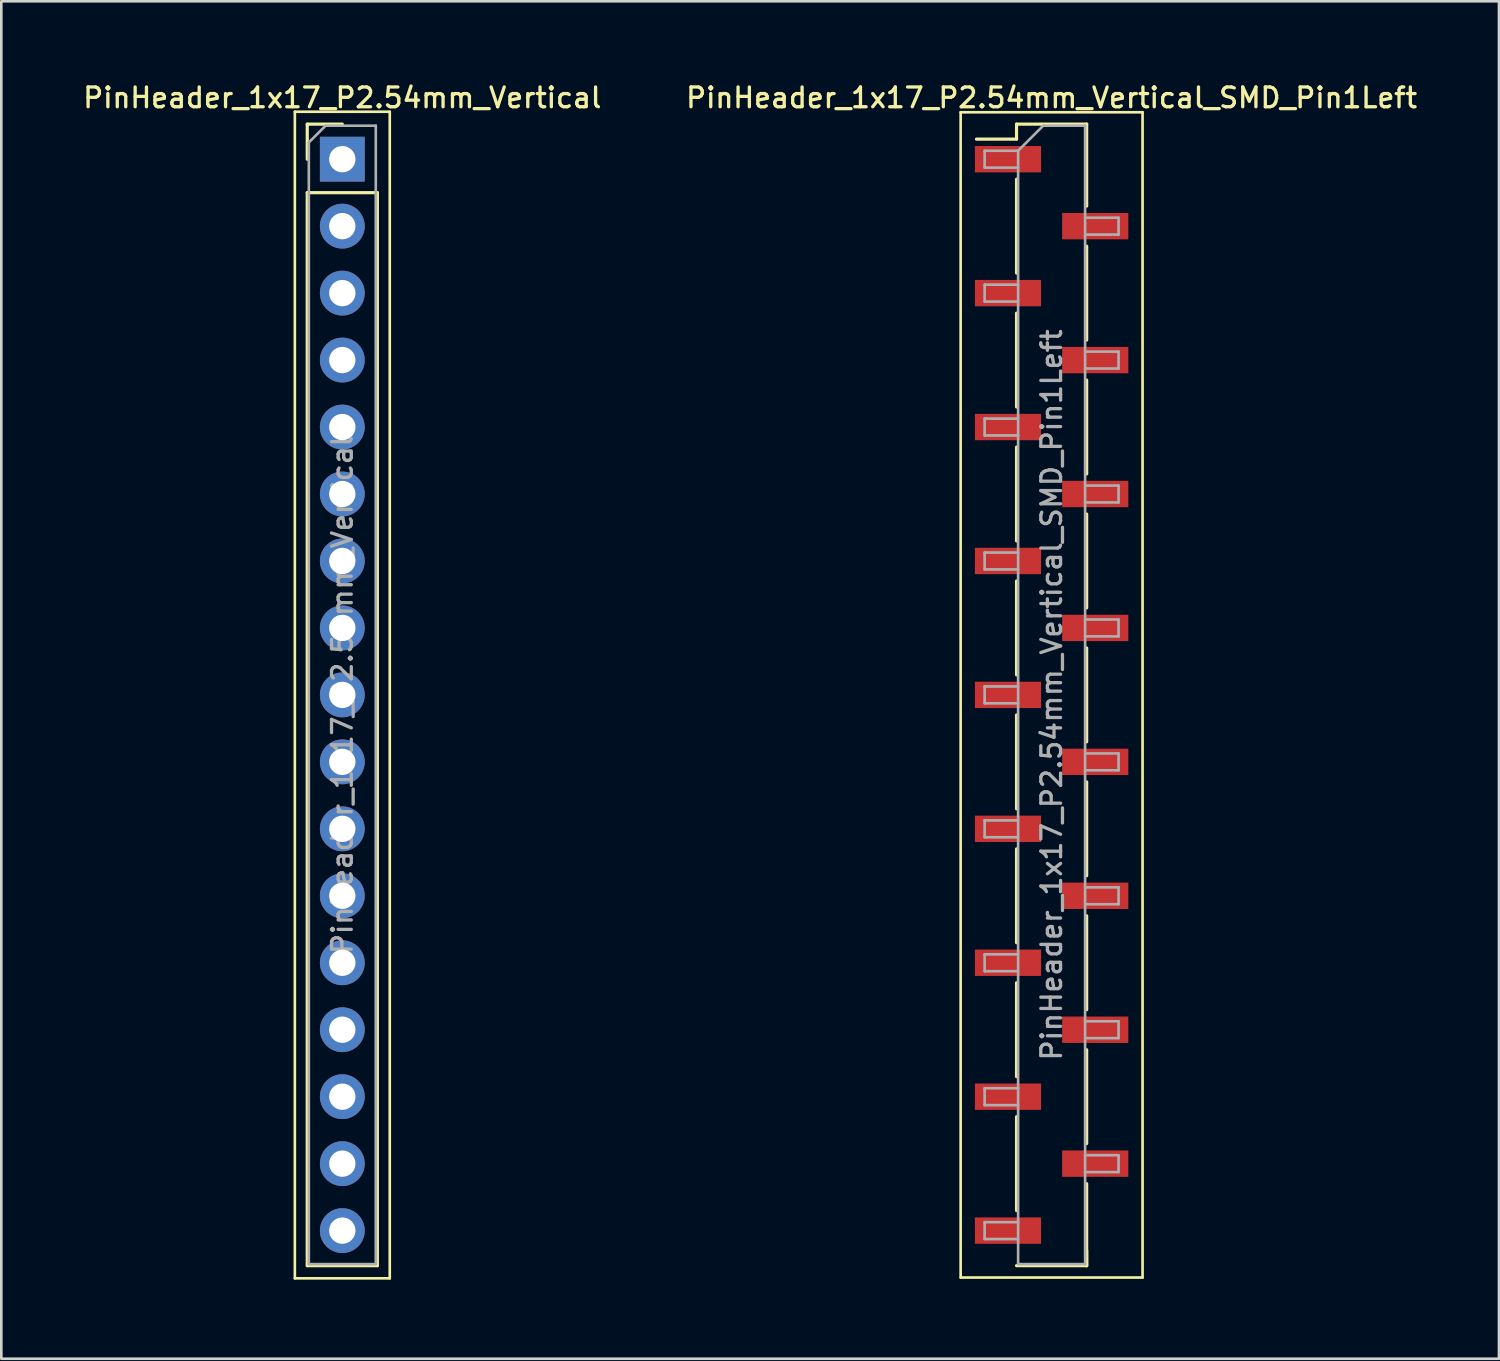
<source format=kicad_pcb>
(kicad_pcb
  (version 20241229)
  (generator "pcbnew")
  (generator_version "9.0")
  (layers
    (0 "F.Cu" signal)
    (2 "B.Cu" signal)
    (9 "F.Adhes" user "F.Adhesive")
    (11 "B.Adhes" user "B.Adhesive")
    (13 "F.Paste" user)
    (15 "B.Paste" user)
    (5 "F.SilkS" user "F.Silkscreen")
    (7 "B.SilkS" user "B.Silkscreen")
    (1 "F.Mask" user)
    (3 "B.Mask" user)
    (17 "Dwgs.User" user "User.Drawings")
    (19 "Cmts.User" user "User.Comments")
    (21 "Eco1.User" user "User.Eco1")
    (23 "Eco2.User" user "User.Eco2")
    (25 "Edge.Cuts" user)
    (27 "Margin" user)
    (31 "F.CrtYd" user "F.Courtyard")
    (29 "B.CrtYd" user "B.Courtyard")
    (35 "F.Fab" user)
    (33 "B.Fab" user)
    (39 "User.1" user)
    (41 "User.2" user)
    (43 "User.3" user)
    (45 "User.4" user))
  (footprint "PinHeader_1x17_P2.54mm_Vertical_SMD_Pin1Left"
    (layer "F.Cu")
    (at 36.838 23.308)
    (property "Reference" "PinHeader_1x17_P2.54mm_Vertical_SMD_Pin1Left" (at 0 -22.65 0) (layer "F.SilkS") (effects (font (size 0.75 0.75) (thickness 0.125))))
    (attr smd)
    (fp_line (start -3.45 -22.1) (end -3.45 22.1) (stroke (width 0.1) (type solid)) (layer "F.SilkS"))
    (fp_line (start -3.45 22.1) (end 3.45 22.1) (stroke (width 0.1) (type solid)) (layer "F.SilkS"))
    (fp_line (start -1.33 -21.65) (end -1.33 -21.08) (stroke (width 0.12) (type solid)) (layer "F.SilkS"))
    (fp_line (start -1.33 -21.65) (end 1.33 -21.65) (stroke (width 0.12) (type solid)) (layer "F.SilkS"))
    (fp_line (start -1.33 -21.08) (end -2.85 -21.08) (stroke (width 0.12) (type solid)) (layer "F.SilkS"))
    (fp_line (start -1.33 -19.56) (end -1.33 -16) (stroke (width 0.12) (type solid)) (layer "F.SilkS"))
    (fp_line (start -1.33 -14.48) (end -1.33 -10.92) (stroke (width 0.12) (type solid)) (layer "F.SilkS"))
    (fp_line (start -1.33 -9.4) (end -1.33 -5.84) (stroke (width 0.12) (type solid)) (layer "F.SilkS"))
    (fp_line (start -1.33 -4.32) (end -1.33 -0.76) (stroke (width 0.12) (type solid)) (layer "F.SilkS"))
    (fp_line (start -1.33 0.76) (end -1.33 4.32) (stroke (width 0.12) (type solid)) (layer "F.SilkS"))
    (fp_line (start -1.33 5.84) (end -1.33 9.4) (stroke (width 0.12) (type solid)) (layer "F.SilkS"))
    (fp_line (start -1.33 10.92) (end -1.33 14.48) (stroke (width 0.12) (type solid)) (layer "F.SilkS"))
    (fp_line (start -1.33 16) (end -1.33 19.56) (stroke (width 0.12) (type solid)) (layer "F.SilkS"))
    (fp_line (start -1.33 21.65) (end 1.33 21.65) (stroke (width 0.12) (type solid)) (layer "F.SilkS"))
    (fp_line (start 1.33 -21.65) (end 1.33 -18.54) (stroke (width 0.12) (type solid)) (layer "F.SilkS"))
    (fp_line (start 1.33 -17.02) (end 1.33 -13.46) (stroke (width 0.12) (type solid)) (layer "F.SilkS"))
    (fp_line (start 1.33 -11.94) (end 1.33 -8.38) (stroke (width 0.12) (type solid)) (layer "F.SilkS"))
    (fp_line (start 1.33 -6.86) (end 1.33 -3.3) (stroke (width 0.12) (type solid)) (layer "F.SilkS"))
    (fp_line (start 1.33 -1.78) (end 1.33 1.78) (stroke (width 0.12) (type solid)) (layer "F.SilkS"))
    (fp_line (start 1.33 3.3) (end 1.33 6.86) (stroke (width 0.12) (type solid)) (layer "F.SilkS"))
    (fp_line (start 1.33 8.38) (end 1.33 11.94) (stroke (width 0.12) (type solid)) (layer "F.SilkS"))
    (fp_line (start 1.33 13.46) (end 1.33 17.02) (stroke (width 0.12) (type solid)) (layer "F.SilkS"))
    (fp_line (start 1.33 18.54) (end 1.33 21.65) (stroke (width 0.12) (type solid)) (layer "F.SilkS"))
    (fp_line (start 1.33 21.08) (end 1.33 21.65) (stroke (width 0.12) (type solid)) (layer "F.SilkS"))
    (fp_line (start 3.45 -22.1) (end -3.45 -22.1) (stroke (width 0.1) (type solid)) (layer "F.SilkS"))
    (fp_line (start 3.45 22.1) (end 3.45 -22.1) (stroke (width 0.1) (type solid)) (layer "F.SilkS"))
    (fp_line (start -2.54 -20.64) (end -2.54 -20) (stroke (width 0.1) (type solid)) (layer "F.Fab"))
    (fp_line (start -2.54 -20) (end -1.27 -20) (stroke (width 0.1) (type solid)) (layer "F.Fab"))
    (fp_line (start -2.54 -15.56) (end -2.54 -14.92) (stroke (width 0.1) (type solid)) (layer "F.Fab"))
    (fp_line (start -2.54 -14.92) (end -1.27 -14.92) (stroke (width 0.1) (type solid)) (layer "F.Fab"))
    (fp_line (start -2.54 -10.48) (end -2.54 -9.84) (stroke (width 0.1) (type solid)) (layer "F.Fab"))
    (fp_line (start -2.54 -9.84) (end -1.27 -9.84) (stroke (width 0.1) (type solid)) (layer "F.Fab"))
    (fp_line (start -2.54 -5.4) (end -2.54 -4.76) (stroke (width 0.1) (type solid)) (layer "F.Fab"))
    (fp_line (start -2.54 -4.76) (end -1.27 -4.76) (stroke (width 0.1) (type solid)) (layer "F.Fab"))
    (fp_line (start -2.54 -0.32) (end -2.54 0.32) (stroke (width 0.1) (type solid)) (layer "F.Fab"))
    (fp_line (start -2.54 0.32) (end -1.27 0.32) (stroke (width 0.1) (type solid)) (layer "F.Fab"))
    (fp_line (start -2.54 4.76) (end -2.54 5.4) (stroke (width 0.1) (type solid)) (layer "F.Fab"))
    (fp_line (start -2.54 5.4) (end -1.27 5.4) (stroke (width 0.1) (type solid)) (layer "F.Fab"))
    (fp_line (start -2.54 9.84) (end -2.54 10.48) (stroke (width 0.1) (type solid)) (layer "F.Fab"))
    (fp_line (start -2.54 10.48) (end -1.27 10.48) (stroke (width 0.1) (type solid)) (layer "F.Fab"))
    (fp_line (start -2.54 14.92) (end -2.54 15.56) (stroke (width 0.1) (type solid)) (layer "F.Fab"))
    (fp_line (start -2.54 15.56) (end -1.27 15.56) (stroke (width 0.1) (type solid)) (layer "F.Fab"))
    (fp_line (start -2.54 20) (end -2.54 20.64) (stroke (width 0.1) (type solid)) (layer "F.Fab"))
    (fp_line (start -2.54 20.64) (end -1.27 20.64) (stroke (width 0.1) (type solid)) (layer "F.Fab"))
    (fp_line (start -1.27 -20.64) (end -2.54 -20.64) (stroke (width 0.1) (type solid)) (layer "F.Fab"))
    (fp_line (start -1.27 -20.64) (end -0.32 -21.59) (stroke (width 0.1) (type solid)) (layer "F.Fab"))
    (fp_line (start -1.27 -15.56) (end -2.54 -15.56) (stroke (width 0.1) (type solid)) (layer "F.Fab"))
    (fp_line (start -1.27 -10.48) (end -2.54 -10.48) (stroke (width 0.1) (type solid)) (layer "F.Fab"))
    (fp_line (start -1.27 -5.4) (end -2.54 -5.4) (stroke (width 0.1) (type solid)) (layer "F.Fab"))
    (fp_line (start -1.27 -0.32) (end -2.54 -0.32) (stroke (width 0.1) (type solid)) (layer "F.Fab"))
    (fp_line (start -1.27 4.76) (end -2.54 4.76) (stroke (width 0.1) (type solid)) (layer "F.Fab"))
    (fp_line (start -1.27 9.84) (end -2.54 9.84) (stroke (width 0.1) (type solid)) (layer "F.Fab"))
    (fp_line (start -1.27 14.92) (end -2.54 14.92) (stroke (width 0.1) (type solid)) (layer "F.Fab"))
    (fp_line (start -1.27 20) (end -2.54 20) (stroke (width 0.1) (type solid)) (layer "F.Fab"))
    (fp_line (start -1.27 21.59) (end -1.27 -20.64) (stroke (width 0.1) (type solid)) (layer "F.Fab"))
    (fp_line (start -0.32 -21.59) (end 1.27 -21.59) (stroke (width 0.1) (type solid)) (layer "F.Fab"))
    (fp_line (start 1.27 -21.59) (end 1.27 21.59) (stroke (width 0.1) (type solid)) (layer "F.Fab"))
    (fp_line (start 1.27 -18.1) (end 2.54 -18.1) (stroke (width 0.1) (type solid)) (layer "F.Fab"))
    (fp_line (start 1.27 -13.02) (end 2.54 -13.02) (stroke (width 0.1) (type solid)) (layer "F.Fab"))
    (fp_line (start 1.27 -7.94) (end 2.54 -7.94) (stroke (width 0.1) (type solid)) (layer "F.Fab"))
    (fp_line (start 1.27 -2.86) (end 2.54 -2.86) (stroke (width 0.1) (type solid)) (layer "F.Fab"))
    (fp_line (start 1.27 2.22) (end 2.54 2.22) (stroke (width 0.1) (type solid)) (layer "F.Fab"))
    (fp_line (start 1.27 7.3) (end 2.54 7.3) (stroke (width 0.1) (type solid)) (layer "F.Fab"))
    (fp_line (start 1.27 12.38) (end 2.54 12.38) (stroke (width 0.1) (type solid)) (layer "F.Fab"))
    (fp_line (start 1.27 17.46) (end 2.54 17.46) (stroke (width 0.1) (type solid)) (layer "F.Fab"))
    (fp_line (start 1.27 21.59) (end -1.27 21.59) (stroke (width 0.1) (type solid)) (layer "F.Fab"))
    (fp_line (start 2.54 -18.1) (end 2.54 -17.46) (stroke (width 0.1) (type solid)) (layer "F.Fab"))
    (fp_line (start 2.54 -17.46) (end 1.27 -17.46) (stroke (width 0.1) (type solid)) (layer "F.Fab"))
    (fp_line (start 2.54 -13.02) (end 2.54 -12.38) (stroke (width 0.1) (type solid)) (layer "F.Fab"))
    (fp_line (start 2.54 -12.38) (end 1.27 -12.38) (stroke (width 0.1) (type solid)) (layer "F.Fab"))
    (fp_line (start 2.54 -7.94) (end 2.54 -7.3) (stroke (width 0.1) (type solid)) (layer "F.Fab"))
    (fp_line (start 2.54 -7.3) (end 1.27 -7.3) (stroke (width 0.1) (type solid)) (layer "F.Fab"))
    (fp_line (start 2.54 -2.86) (end 2.54 -2.22) (stroke (width 0.1) (type solid)) (layer "F.Fab"))
    (fp_line (start 2.54 -2.22) (end 1.27 -2.22) (stroke (width 0.1) (type solid)) (layer "F.Fab"))
    (fp_line (start 2.54 2.22) (end 2.54 2.86) (stroke (width 0.1) (type solid)) (layer "F.Fab"))
    (fp_line (start 2.54 2.86) (end 1.27 2.86) (stroke (width 0.1) (type solid)) (layer "F.Fab"))
    (fp_line (start 2.54 7.3) (end 2.54 7.94) (stroke (width 0.1) (type solid)) (layer "F.Fab"))
    (fp_line (start 2.54 7.94) (end 1.27 7.94) (stroke (width 0.1) (type solid)) (layer "F.Fab"))
    (fp_line (start 2.54 12.38) (end 2.54 13.02) (stroke (width 0.1) (type solid)) (layer "F.Fab"))
    (fp_line (start 2.54 13.02) (end 1.27 13.02) (stroke (width 0.1) (type solid)) (layer "F.Fab"))
    (fp_line (start 2.54 17.46) (end 2.54 18.1) (stroke (width 0.1) (type solid)) (layer "F.Fab"))
    (fp_line (start 2.54 18.1) (end 1.27 18.1) (stroke (width 0.1) (type solid)) (layer "F.Fab"))
    (fp_text user "${REFERENCE}" (at 0 0 90) (layer "F.Fab") (effects (font (size 0.75 0.75) (thickness 0.125))))
    (pad "1" smd rect (at -1.655 -20.32) (size 2.51 1) (layers "F.Cu" "F.Mask" "F.Paste"))
    (pad "2" smd rect (at 1.655 -17.78) (size 2.51 1) (layers "F.Cu" "F.Mask" "F.Paste"))
    (pad "3" smd rect (at -1.655 -15.24) (size 2.51 1) (layers "F.Cu" "F.Mask" "F.Paste"))
    (pad "4" smd rect (at 1.655 -12.7) (size 2.51 1) (layers "F.Cu" "F.Mask" "F.Paste"))
    (pad "5" smd rect (at -1.655 -10.16) (size 2.51 1) (layers "F.Cu" "F.Mask" "F.Paste"))
    (pad "6" smd rect (at 1.655 -7.62) (size 2.51 1) (layers "F.Cu" "F.Mask" "F.Paste"))
    (pad "7" smd rect (at -1.655 -5.08) (size 2.51 1) (layers "F.Cu" "F.Mask" "F.Paste"))
    (pad "8" smd rect (at 1.655 -2.54) (size 2.51 1) (layers "F.Cu" "F.Mask" "F.Paste"))
    (pad "9" smd rect (at -1.655 0) (size 2.51 1) (layers "F.Cu" "F.Mask" "F.Paste"))
    (pad "10" smd rect (at 1.655 2.54) (size 2.51 1) (layers "F.Cu" "F.Mask" "F.Paste"))
    (pad "11" smd rect (at -1.655 5.08) (size 2.51 1) (layers "F.Cu" "F.Mask" "F.Paste"))
    (pad "12" smd rect (at 1.655 7.62) (size 2.51 1) (layers "F.Cu" "F.Mask" "F.Paste"))
    (pad "13" smd rect (at -1.655 10.16) (size 2.51 1) (layers "F.Cu" "F.Mask" "F.Paste"))
    (pad "14" smd rect (at 1.655 12.7) (size 2.51 1) (layers "F.Cu" "F.Mask" "F.Paste"))
    (pad "15" smd rect (at -1.655 15.24) (size 2.51 1) (layers "F.Cu" "F.Mask" "F.Paste"))
    (pad "16" smd rect (at 1.655 17.78) (size 2.51 1) (layers "F.Cu" "F.Mask" "F.Paste"))
    (pad "17" smd rect (at -1.655 20.32) (size 2.51 1) (layers "F.Cu" "F.Mask" "F.Paste")))
  (footprint "PinHeader_1x17_P2.54mm_Vertical"
    (layer "F.Cu")
    (at 9.934 2.988)
    (property "Reference" "PinHeader_1x17_P2.54mm_Vertical" (at 0 -2.33 0) (layer "F.SilkS") (effects (font (size 0.75 0.75) (thickness 0.125))))
    (attr through_hole)
    (fp_line (start -1.8 -1.8) (end -1.8 42.45) (stroke (width 0.1) (type solid)) (layer "F.SilkS"))
    (fp_line (start -1.8 42.45) (end 1.8 42.45) (stroke (width 0.1) (type solid)) (layer "F.SilkS"))
    (fp_line (start -1.33 -1.33) (end 0 -1.33) (stroke (width 0.12) (type solid)) (layer "F.SilkS"))
    (fp_line (start -1.33 0) (end -1.33 -1.33) (stroke (width 0.12) (type solid)) (layer "F.SilkS"))
    (fp_line (start -1.33 1.27) (end -1.33 41.97) (stroke (width 0.12) (type solid)) (layer "F.SilkS"))
    (fp_line (start -1.33 1.27) (end 1.33 1.27) (stroke (width 0.12) (type solid)) (layer "F.SilkS"))
    (fp_line (start -1.33 41.97) (end 1.33 41.97) (stroke (width 0.12) (type solid)) (layer "F.SilkS"))
    (fp_line (start 1.33 1.27) (end 1.33 41.97) (stroke (width 0.12) (type solid)) (layer "F.SilkS"))
    (fp_line (start 1.8 -1.8) (end -1.8 -1.8) (stroke (width 0.1) (type solid)) (layer "F.SilkS"))
    (fp_line (start 1.8 42.45) (end 1.8 -1.8) (stroke (width 0.1) (type solid)) (layer "F.SilkS"))
    (fp_line (start -1.27 -0.635) (end -0.635 -1.27) (stroke (width 0.1) (type solid)) (layer "F.Fab"))
    (fp_line (start -1.27 41.91) (end -1.27 -0.635) (stroke (width 0.1) (type solid)) (layer "F.Fab"))
    (fp_line (start -0.635 -1.27) (end 1.27 -1.27) (stroke (width 0.1) (type solid)) (layer "F.Fab"))
    (fp_line (start 1.27 -1.27) (end 1.27 41.91) (stroke (width 0.1) (type solid)) (layer "F.Fab"))
    (fp_line (start 1.27 41.91) (end -1.27 41.91) (stroke (width 0.1) (type solid)) (layer "F.Fab"))
    (fp_text user "${REFERENCE}" (at 0 20.32 90) (layer "F.Fab") (effects (font (size 0.75 0.75) (thickness 0.125))))
    (pad "1" thru_hole rect (at 0 0) (size 1.7 1.7) (drill 1) (layers "*.Cu" "*.Mask"))
    (pad "2" thru_hole oval (at 0 2.54) (size 1.7 1.7) (drill 1) (layers "*.Cu" "*.Mask"))
    (pad "3" thru_hole oval (at 0 5.08) (size 1.7 1.7) (drill 1) (layers "*.Cu" "*.Mask"))
    (pad "4" thru_hole oval (at 0 7.62) (size 1.7 1.7) (drill 1) (layers "*.Cu" "*.Mask"))
    (pad "5" thru_hole oval (at 0 10.16) (size 1.7 1.7) (drill 1) (layers "*.Cu" "*.Mask"))
    (pad "6" thru_hole oval (at 0 12.7) (size 1.7 1.7) (drill 1) (layers "*.Cu" "*.Mask"))
    (pad "7" thru_hole oval (at 0 15.24) (size 1.7 1.7) (drill 1) (layers "*.Cu" "*.Mask"))
    (pad "8" thru_hole oval (at 0 17.78) (size 1.7 1.7) (drill 1) (layers "*.Cu" "*.Mask"))
    (pad "9" thru_hole oval (at 0 20.32) (size 1.7 1.7) (drill 1) (layers "*.Cu" "*.Mask"))
    (pad "10" thru_hole oval (at 0 22.86) (size 1.7 1.7) (drill 1) (layers "*.Cu" "*.Mask"))
    (pad "11" thru_hole oval (at 0 25.4) (size 1.7 1.7) (drill 1) (layers "*.Cu" "*.Mask"))
    (pad "12" thru_hole oval (at 0 27.94) (size 1.7 1.7) (drill 1) (layers "*.Cu" "*.Mask"))
    (pad "13" thru_hole oval (at 0 30.48) (size 1.7 1.7) (drill 1) (layers "*.Cu" "*.Mask"))
    (pad "14" thru_hole oval (at 0 33.02) (size 1.7 1.7) (drill 1) (layers "*.Cu" "*.Mask"))
    (pad "15" thru_hole oval (at 0 35.56) (size 1.7 1.7) (drill 1) (layers "*.Cu" "*.Mask"))
    (pad "16" thru_hole oval (at 0 38.1) (size 1.7 1.7) (drill 1) (layers "*.Cu" "*.Mask"))
    (pad "17" thru_hole oval (at 0 40.64) (size 1.7 1.7) (drill 1) (layers "*.Cu" "*.Mask")))
  (gr_rect
    (start -3 -3)
    (end 53.807 48.488)
    (stroke (width 0.1) (type default))
    (fill no)
    (layer "Edge.Cuts")))
</source>
